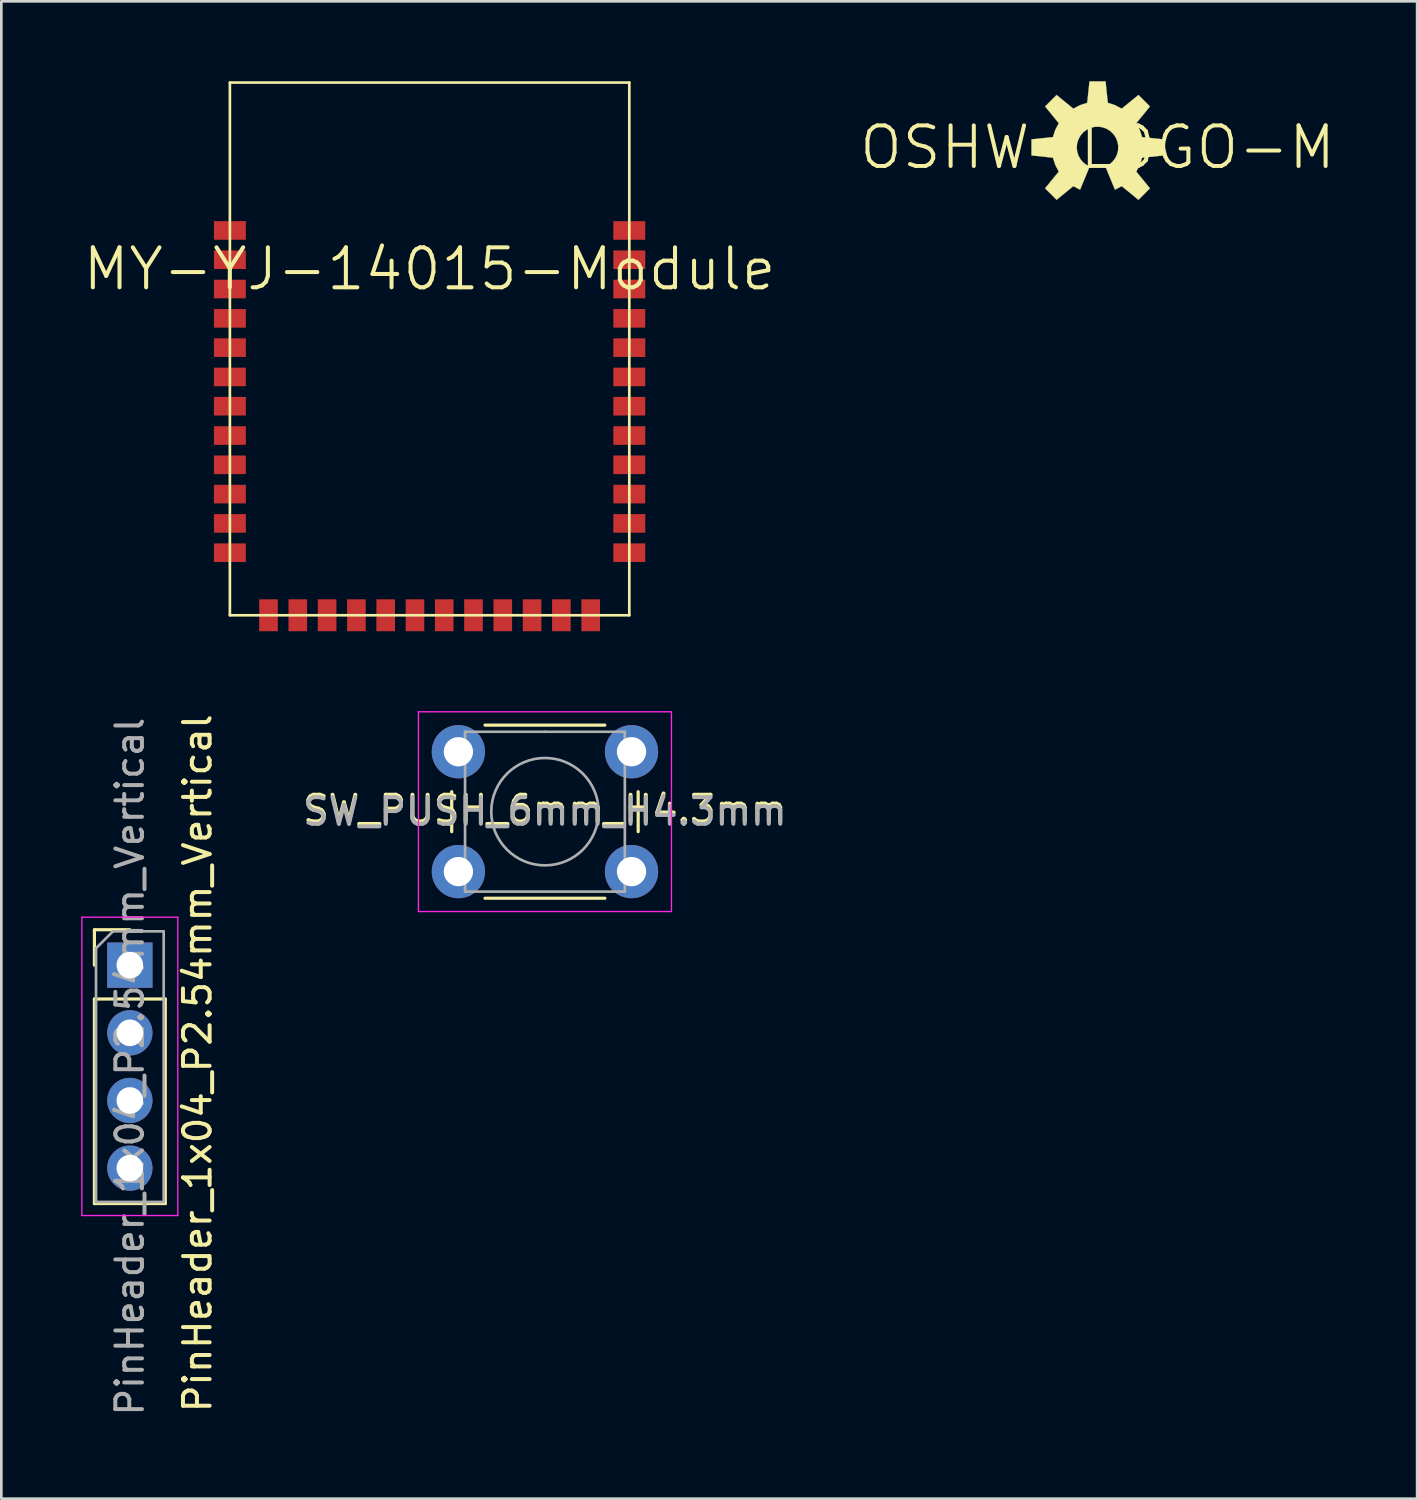
<source format=kicad_pcb>
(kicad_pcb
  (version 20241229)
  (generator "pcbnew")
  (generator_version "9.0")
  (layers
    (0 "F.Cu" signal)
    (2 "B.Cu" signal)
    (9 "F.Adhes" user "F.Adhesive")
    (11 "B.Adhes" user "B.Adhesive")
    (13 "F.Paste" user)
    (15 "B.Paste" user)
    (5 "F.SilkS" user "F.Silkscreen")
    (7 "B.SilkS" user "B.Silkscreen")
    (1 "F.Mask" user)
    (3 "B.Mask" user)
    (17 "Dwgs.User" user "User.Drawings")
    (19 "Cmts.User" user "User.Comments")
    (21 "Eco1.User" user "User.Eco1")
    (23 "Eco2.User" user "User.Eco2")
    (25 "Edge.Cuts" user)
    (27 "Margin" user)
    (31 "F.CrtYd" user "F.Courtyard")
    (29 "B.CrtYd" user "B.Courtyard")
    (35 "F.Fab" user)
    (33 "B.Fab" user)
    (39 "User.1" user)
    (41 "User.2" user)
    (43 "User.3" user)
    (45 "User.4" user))
  (footprint "SW_PUSH_6mm_H4.3mm"
    (layer "F.Cu")
    (at 14.16 25.174)
    (property "Reference" "SW_PUSH_6mm_H4.3mm" (at 3.25 2.159 0) (layer "F.SilkS") (effects (font (size 1 1) (thickness 0.15))))
    (attr through_hole)
    (fp_line (start -0.25 1.5) (end -0.25 3) (stroke (width 0.12) (type solid)) (layer "F.SilkS"))
    (fp_line (start 1 5.5) (end 5.5 5.5) (stroke (width 0.12) (type solid)) (layer "F.SilkS"))
    (fp_line (start 5.5 -1) (end 1 -1) (stroke (width 0.12) (type solid)) (layer "F.SilkS"))
    (fp_line (start 6.75 3) (end 6.75 1.5) (stroke (width 0.12) (type solid)) (layer "F.SilkS"))
    (fp_line (start -1.5 -1.5) (end -1.25 -1.5) (stroke (width 0.05) (type solid)) (layer "F.CrtYd"))
    (fp_line (start -1.5 -1.25) (end -1.5 -1.5) (stroke (width 0.05) (type solid)) (layer "F.CrtYd"))
    (fp_line (start -1.5 5.75) (end -1.5 -1.25) (stroke (width 0.05) (type solid)) (layer "F.CrtYd"))
    (fp_line (start -1.5 5.75) (end -1.5 6) (stroke (width 0.05) (type solid)) (layer "F.CrtYd"))
    (fp_line (start -1.5 6) (end -1.25 6) (stroke (width 0.05) (type solid)) (layer "F.CrtYd"))
    (fp_line (start -1.25 -1.5) (end 7.75 -1.5) (stroke (width 0.05) (type solid)) (layer "F.CrtYd"))
    (fp_line (start 7.75 -1.5) (end 8 -1.5) (stroke (width 0.05) (type solid)) (layer "F.CrtYd"))
    (fp_line (start 7.75 6) (end -1.25 6) (stroke (width 0.05) (type solid)) (layer "F.CrtYd"))
    (fp_line (start 7.75 6) (end 8 6) (stroke (width 0.05) (type solid)) (layer "F.CrtYd"))
    (fp_line (start 8 -1.5) (end 8 -1.25) (stroke (width 0.05) (type solid)) (layer "F.CrtYd"))
    (fp_line (start 8 -1.25) (end 8 5.75) (stroke (width 0.05) (type solid)) (layer "F.CrtYd"))
    (fp_line (start 8 6) (end 8 5.75) (stroke (width 0.05) (type solid)) (layer "F.CrtYd"))
    (fp_line (start 0.25 -0.75) (end 3.25 -0.75) (stroke (width 0.1) (type solid)) (layer "F.Fab"))
    (fp_line (start 0.25 5.25) (end 0.25 -0.75) (stroke (width 0.1) (type solid)) (layer "F.Fab"))
    (fp_line (start 3.25 -0.75) (end 6.25 -0.75) (stroke (width 0.1) (type solid)) (layer "F.Fab"))
    (fp_line (start 6.25 -0.75) (end 6.25 5.25) (stroke (width 0.1) (type solid)) (layer "F.Fab"))
    (fp_line (start 6.25 5.25) (end 0.25 5.25) (stroke (width 0.1) (type solid)) (layer "F.Fab"))
    (fp_circle (center 3.25 2.25) (end 1.25 2.5) (stroke (width 0.1) (type solid)) (fill no) (layer "F.Fab"))
    (fp_text user "${REFERENCE}" (at 3.25 2.25 0) (layer "F.Fab") (effects (font (size 1 1) (thickness 0.15))))
    (pad "1" thru_hole circle (at 0 0 90) (size 2 2) (drill 1.1) (layers "*.Cu" "*.Mask"))
    (pad "1" thru_hole circle (at 6.5 0 90) (size 2 2) (drill 1.1) (layers "*.Cu" "*.Mask"))
    (pad "2" thru_hole circle (at 0 4.5 90) (size 2 2) (drill 1.1) (layers "*.Cu" "*.Mask"))
    (pad "2" thru_hole circle (at 6.5 4.5 90) (size 2 2) (drill 1.1) (layers "*.Cu" "*.Mask")))
  (footprint "PinHeader_1x04_P2.54mm_Vertical"
    (layer "F.Cu")
    (at 1.825 33.187)
    (property "Reference" "PinHeader_1x04_P2.54mm_Vertical" (at 2.54 3.683 270) (layer "F.SilkS") (effects (font (size 1 1) (thickness 0.15))))
    (attr through_hole)
    (fp_line (start -1.33 -1.33) (end 0 -1.33) (stroke (width 0.12) (type solid)) (layer "F.SilkS"))
    (fp_line (start -1.33 0) (end -1.33 -1.33) (stroke (width 0.12) (type solid)) (layer "F.SilkS"))
    (fp_line (start -1.33 1.27) (end -1.33 8.95) (stroke (width 0.12) (type solid)) (layer "F.SilkS"))
    (fp_line (start -1.33 1.27) (end 1.33 1.27) (stroke (width 0.12) (type solid)) (layer "F.SilkS"))
    (fp_line (start -1.33 8.95) (end 1.33 8.95) (stroke (width 0.12) (type solid)) (layer "F.SilkS"))
    (fp_line (start 1.33 1.27) (end 1.33 8.95) (stroke (width 0.12) (type solid)) (layer "F.SilkS"))
    (fp_line (start -1.8 -1.8) (end -1.8 9.4) (stroke (width 0.05) (type solid)) (layer "F.CrtYd"))
    (fp_line (start -1.8 9.4) (end 1.8 9.4) (stroke (width 0.05) (type solid)) (layer "F.CrtYd"))
    (fp_line (start 1.8 -1.8) (end -1.8 -1.8) (stroke (width 0.05) (type solid)) (layer "F.CrtYd"))
    (fp_line (start 1.8 9.4) (end 1.8 -1.8) (stroke (width 0.05) (type solid)) (layer "F.CrtYd"))
    (fp_line (start -1.27 -0.635) (end -0.635 -1.27) (stroke (width 0.1) (type solid)) (layer "F.Fab"))
    (fp_line (start -1.27 8.89) (end -1.27 -0.635) (stroke (width 0.1) (type solid)) (layer "F.Fab"))
    (fp_line (start -0.635 -1.27) (end 1.27 -1.27) (stroke (width 0.1) (type solid)) (layer "F.Fab"))
    (fp_line (start 1.27 -1.27) (end 1.27 8.89) (stroke (width 0.1) (type solid)) (layer "F.Fab"))
    (fp_line (start 1.27 8.89) (end -1.27 8.89) (stroke (width 0.1) (type solid)) (layer "F.Fab"))
    (fp_text user "${REFERENCE}" (at 0 3.81 90) (layer "F.Fab") (effects (font (size 1 1) (thickness 0.15))))
    (pad "1" thru_hole rect (at 0 0) (size 1.7 1.7) (drill 1) (layers "*.Cu" "*.Mask"))
    (pad "2" thru_hole oval (at 0 2.54) (size 1.7 1.7) (drill 1) (layers "*.Cu" "*.Mask"))
    (pad "3" thru_hole oval (at 0 5.08) (size 1.7 1.7) (drill 1) (layers "*.Cu" "*.Mask"))
    (pad "4" thru_hole oval (at 0 7.62) (size 1.7 1.7) (drill 1) (layers "*.Cu" "*.Mask")))
  (footprint "OSHW-LOGO-M"
    (layer "F.Cu")
    (at 38.156 2.484)
    (property "Reference" "OSHW-LOGO-M" (at 0 0 0) (layer "F.SilkS") (effects (font (size 1.524 1.524) (thickness 0.15))))
    (attr exclude_from_pos_files exclude_from_bom)
    (fp_poly (pts (xy 0.655 1.587) (xy 0.909 1.455) (xy 1.537 1.968) (xy 1.968 1.537) (xy 1.455 0.909) (xy 1.587 0.655) (xy 1.674 0.386) (xy 2.479 0.302) (xy 2.479 -0.302) (xy 1.674 -0.386) (xy 1.587 -0.655) (xy 1.455 -0.909) (xy 1.968 -1.537) (xy 1.537 -1.968) (xy 0.909 -1.455) (xy 0.655 -1.587) (xy 0.386 -1.674) (xy 0.302 -2.479) (xy -0.302 -2.479) (xy -0.386 -1.674) (xy -0.655 -1.587) (xy -0.909 -1.455) (xy -1.537 -1.968) (xy -1.968 -1.537) (xy -1.455 -0.909) (xy -1.587 -0.655) (xy -1.674 -0.386) (xy -2.479 -0.302) (xy -2.479 0.302) (xy -1.674 0.386) (xy -1.587 0.655) (xy -1.455 0.909) (xy -1.968 1.537) (xy -1.537 1.968) (xy -0.909 1.455) (xy -0.655 1.587) (xy -0.297 0.721) (xy -0.432 0.648) (xy -0.551 0.551) (xy -0.648 0.432) (xy -0.721 0.297) (xy -0.765 0.152) (xy -0.78 0) (xy -0.765 -0.157) (xy -0.714 -0.312) (xy -0.635 -0.45) (xy -0.531 -0.572) (xy -0.401 -0.668) (xy -0.257 -0.737) (xy -0.102 -0.772) (xy 0.056 -0.777) (xy 0.216 -0.749) (xy 0.363 -0.688) (xy 0.498 -0.599) (xy 0.61 -0.485) (xy 0.696 -0.351) (xy 0.754 -0.201) (xy 0.78 -0.043) (xy 0.772 0.114) (xy 0.732 0.269) (xy 0.66 0.414) (xy 0.561 0.541) (xy 0.439 0.645) (xy 0.297 0.721)) (stroke (width 0.01) (type solid)) (fill yes) (layer "F.SilkS")))
  (footprint "MY-YJ-14015-Module"
    (layer "F.Cu")
    (at 13.079 20.05)
    (property "Reference" "MY-YJ-14015-Module" (at 0 -13 0) (layer "F.SilkS") (effects (font (size 1.5 1.5) (thickness 0.152))))
    (attr smd)
    (fp_line (start -7.498 -20) (end -7.498 0) (stroke (width 0.1) (type solid)) (layer "F.SilkS"))
    (fp_line (start -7.498 0) (end 7.498 0) (stroke (width 0.1) (type solid)) (layer "F.SilkS"))
    (fp_line (start 7.498 -20) (end -7.498 -20) (stroke (width 0.1) (type solid)) (layer "F.SilkS"))
    (fp_line (start 7.498 0) (end 7.498 -20) (stroke (width 0.1) (type solid)) (layer "F.SilkS"))
    (pad "1" smd rect (at -7.498 -14.448 90) (size 0.699 1.199) (layers "F.Cu" "F.Mask" "F.Paste"))
    (pad "2" smd rect (at -7.498 -13.348 90) (size 0.699 1.199) (layers "F.Cu" "F.Mask" "F.Paste"))
    (pad "3" smd rect (at -7.498 -12.248 90) (size 0.699 1.199) (layers "F.Cu" "F.Mask" "F.Paste"))
    (pad "4" smd rect (at -7.498 -11.148 90) (size 0.699 1.199) (layers "F.Cu" "F.Mask" "F.Paste"))
    (pad "5" smd rect (at -7.498 -10.048 90) (size 0.699 1.199) (layers "F.Cu" "F.Mask" "F.Paste"))
    (pad "6" smd rect (at -7.498 -8.948 90) (size 0.699 1.199) (layers "F.Cu" "F.Mask" "F.Paste"))
    (pad "7" smd rect (at -7.498 -7.849 90) (size 0.699 1.199) (layers "F.Cu" "F.Mask" "F.Paste"))
    (pad "8" smd rect (at -7.498 -6.749 90) (size 0.699 1.199) (layers "F.Cu" "F.Mask" "F.Paste"))
    (pad "9" smd rect (at -7.498 -5.649 90) (size 0.699 1.199) (layers "F.Cu" "F.Mask" "F.Paste"))
    (pad "10" smd rect (at -7.498 -4.549 90) (size 0.699 1.199) (layers "F.Cu" "F.Mask" "F.Paste"))
    (pad "11" smd rect (at -7.498 -3.449 90) (size 0.699 1.199) (layers "F.Cu" "F.Mask" "F.Paste"))
    (pad "12" smd rect (at -7.498 -2.349 90) (size 0.699 1.199) (layers "F.Cu" "F.Mask" "F.Paste"))
    (pad "13" smd rect (at -6.048 0 90) (size 1.199 0.699) (layers "F.Cu" "F.Mask" "F.Paste"))
    (pad "14" smd rect (at -4.948 0 90) (size 1.199 0.699) (layers "F.Cu" "F.Mask" "F.Paste"))
    (pad "15" smd rect (at -3.848 0 90) (size 1.199 0.699) (layers "F.Cu" "F.Mask" "F.Paste"))
    (pad "16" smd rect (at -2.748 0 90) (size 1.199 0.699) (layers "F.Cu" "F.Mask" "F.Paste"))
    (pad "17" smd rect (at -1.648 0 90) (size 1.199 0.699) (layers "F.Cu" "F.Mask" "F.Paste"))
    (pad "18" smd rect (at -0.549 0 90) (size 1.199 0.699) (layers "F.Cu" "F.Mask" "F.Paste"))
    (pad "19" smd rect (at 0.549 0 90) (size 1.199 0.699) (layers "F.Cu" "F.Mask" "F.Paste"))
    (pad "20" smd rect (at 1.648 0 90) (size 1.199 0.699) (layers "F.Cu" "F.Mask" "F.Paste"))
    (pad "21" smd rect (at 2.748 0 90) (size 1.199 0.699) (layers "F.Cu" "F.Mask" "F.Paste"))
    (pad "22" smd rect (at 3.848 0 90) (size 1.199 0.699) (layers "F.Cu" "F.Mask" "F.Paste"))
    (pad "23" smd rect (at 4.948 0 90) (size 1.199 0.699) (layers "F.Cu" "F.Mask" "F.Paste"))
    (pad "24" smd rect (at 6.048 0 90) (size 1.199 0.699) (layers "F.Cu" "F.Mask" "F.Paste"))
    (pad "25" smd rect (at 7.498 -2.349 90) (size 0.699 1.199) (layers "F.Cu" "F.Mask" "F.Paste"))
    (pad "26" smd rect (at 7.498 -3.449 90) (size 0.699 1.199) (layers "F.Cu" "F.Mask" "F.Paste"))
    (pad "27" smd rect (at 7.498 -4.549 90) (size 0.699 1.199) (layers "F.Cu" "F.Mask" "F.Paste"))
    (pad "28" smd rect (at 7.498 -5.649 90) (size 0.699 1.199) (layers "F.Cu" "F.Mask" "F.Paste"))
    (pad "29" smd rect (at 7.498 -6.749 90) (size 0.699 1.199) (layers "F.Cu" "F.Mask" "F.Paste"))
    (pad "30" smd rect (at 7.498 -7.849 90) (size 0.699 1.199) (layers "F.Cu" "F.Mask" "F.Paste"))
    (pad "31" smd rect (at 7.498 -8.948 90) (size 0.699 1.199) (layers "F.Cu" "F.Mask" "F.Paste"))
    (pad "32" smd rect (at 7.498 -10.048 90) (size 0.699 1.199) (layers "F.Cu" "F.Mask" "F.Paste"))
    (pad "33" smd rect (at 7.498 -11.148 90) (size 0.699 1.199) (layers "F.Cu" "F.Mask" "F.Paste"))
    (pad "34" smd rect (at 7.498 -12.248 90) (size 0.699 1.199) (layers "F.Cu" "F.Mask" "F.Paste"))
    (pad "35" smd rect (at 7.498 -13.348 90) (size 0.699 1.199) (layers "F.Cu" "F.Mask" "F.Paste"))
    (pad "36" smd rect (at 7.498 -14.448 90) (size 0.699 1.199) (layers "F.Cu" "F.Mask" "F.Paste")))
  (gr_rect
    (start -3 -3)
    (end 50.155 53.217)
    (stroke (width 0.1) (type default))
    (fill no)
    (layer "Edge.Cuts")))
</source>
